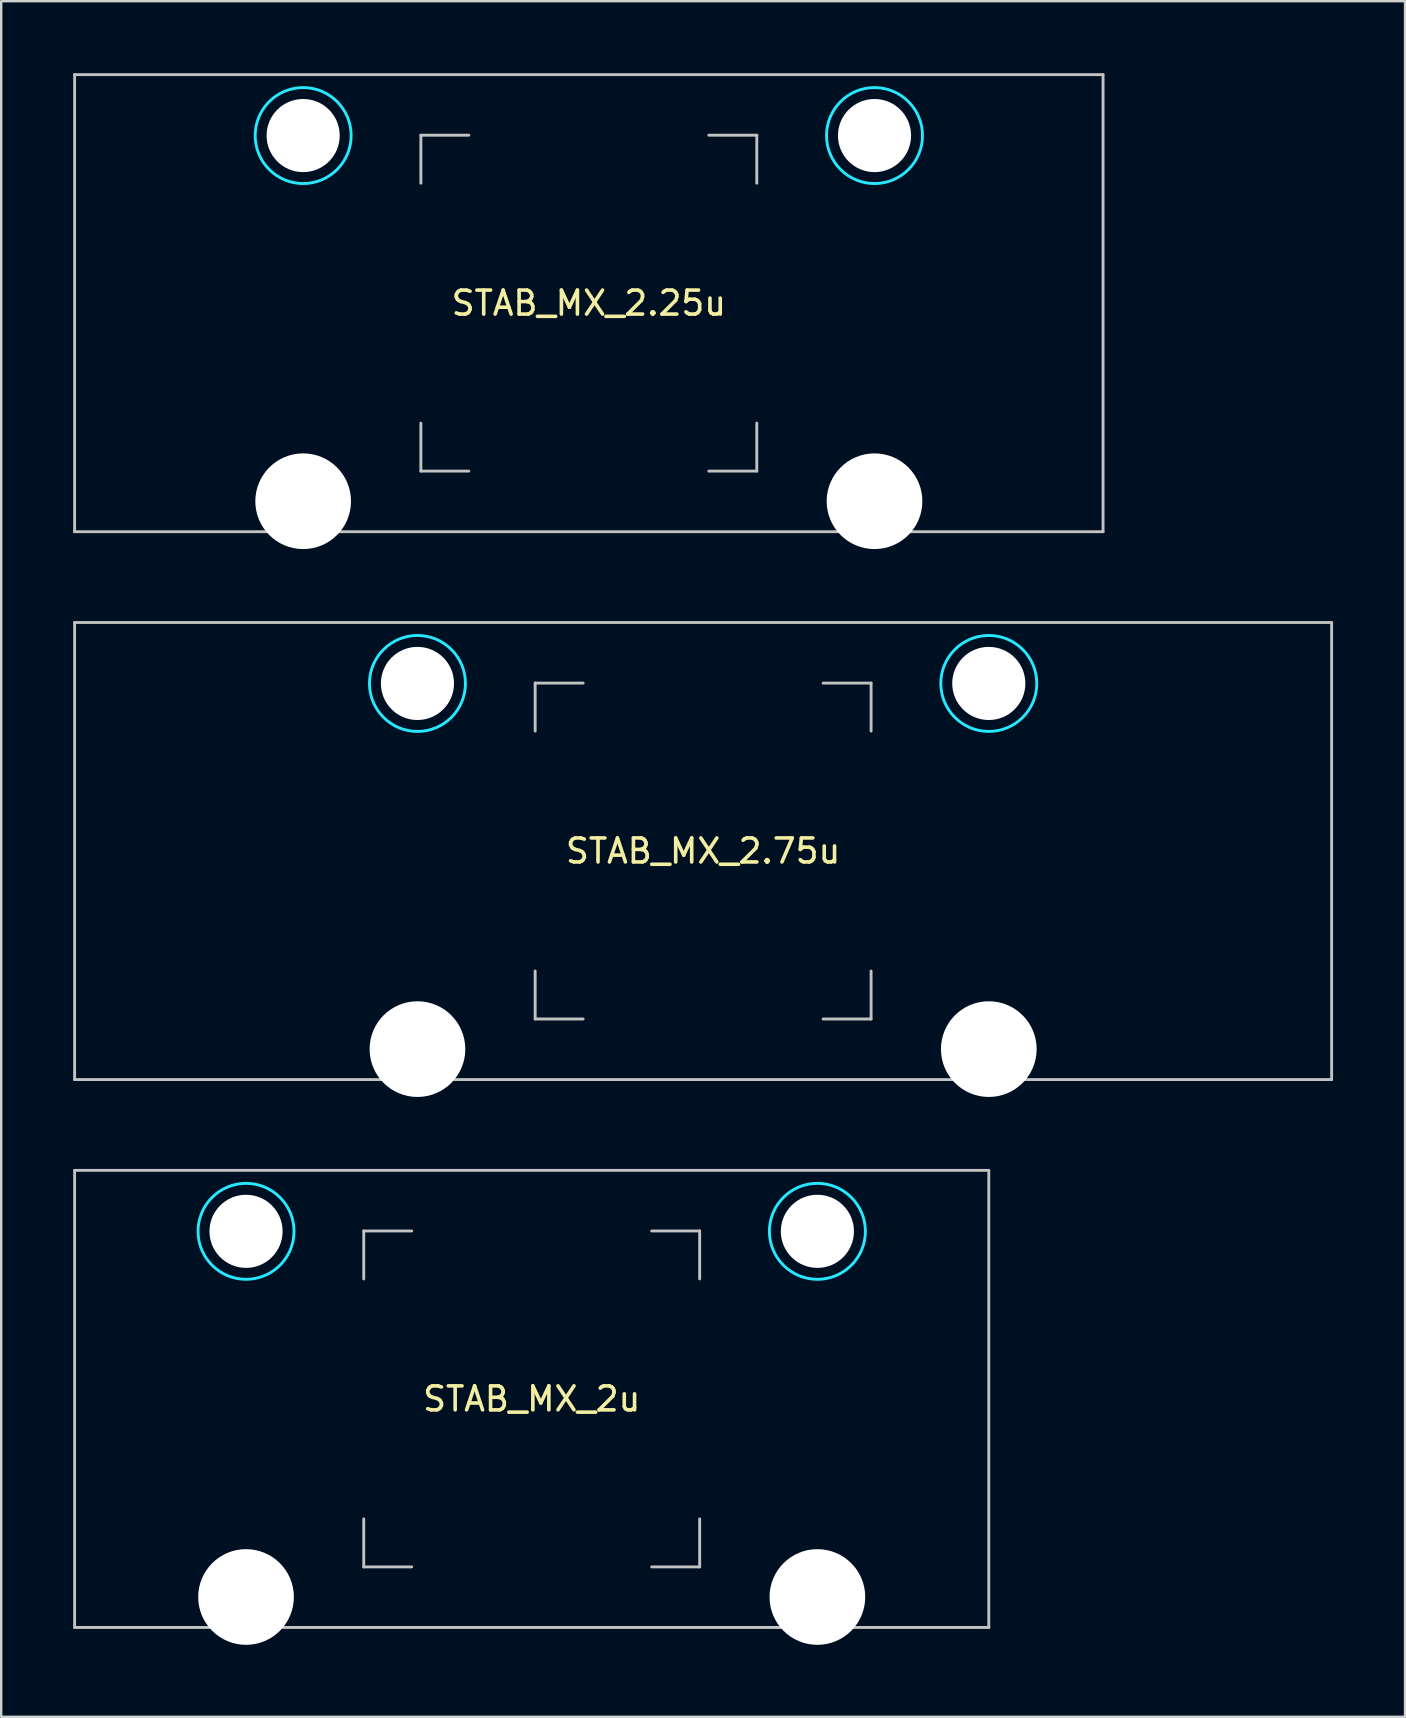
<source format=kicad_pcb>
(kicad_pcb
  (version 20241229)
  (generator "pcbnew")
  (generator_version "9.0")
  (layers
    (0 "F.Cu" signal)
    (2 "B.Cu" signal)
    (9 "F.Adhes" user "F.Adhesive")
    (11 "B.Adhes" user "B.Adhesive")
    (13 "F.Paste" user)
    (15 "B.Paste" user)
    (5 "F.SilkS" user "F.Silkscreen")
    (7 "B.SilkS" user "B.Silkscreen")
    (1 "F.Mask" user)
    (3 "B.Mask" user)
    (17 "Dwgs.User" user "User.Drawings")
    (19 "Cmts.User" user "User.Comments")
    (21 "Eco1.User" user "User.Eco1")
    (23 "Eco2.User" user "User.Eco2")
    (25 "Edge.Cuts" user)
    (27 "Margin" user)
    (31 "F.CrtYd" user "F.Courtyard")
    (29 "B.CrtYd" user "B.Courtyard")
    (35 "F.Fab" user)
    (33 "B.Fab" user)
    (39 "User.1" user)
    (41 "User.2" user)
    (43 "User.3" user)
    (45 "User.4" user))
  (footprint "STAB_MX_2.25u"
    (layer "F.Cu")
    (at 21.491 9.585)
    (property "Reference" "STAB_MX_2.25u" (at 0 0 180) (layer "F.SilkS") (effects (font (size 1 1) (thickness 0.15))))
    (attr through_hole exclude_from_pos_files exclude_from_bom)
    (fp_line (start -21.431 -9.525) (end -21.431 9.525) (stroke (width 0.12) (type solid)) (layer "Dwgs.User"))
    (fp_line (start -21.431 -9.525) (end 21.431 -9.525) (stroke (width 0.12) (type solid)) (layer "Dwgs.User"))
    (fp_line (start -21.431 9.525) (end 21.431 9.525) (stroke (width 0.12) (type solid)) (layer "Dwgs.User"))
    (fp_line (start -7 -7) (end -5 -7) (stroke (width 0.12) (type solid)) (layer "Dwgs.User"))
    (fp_line (start -7 -5) (end -7 -7) (stroke (width 0.12) (type solid)) (layer "Dwgs.User"))
    (fp_line (start -7 7) (end -7 5) (stroke (width 0.12) (type solid)) (layer "Dwgs.User"))
    (fp_line (start -5 7) (end -7 7) (stroke (width 0.12) (type solid)) (layer "Dwgs.User"))
    (fp_line (start 5 -7) (end 7 -7) (stroke (width 0.12) (type solid)) (layer "Dwgs.User"))
    (fp_line (start 5 7) (end 7 7) (stroke (width 0.12) (type solid)) (layer "Dwgs.User"))
    (fp_line (start 7 -7) (end 7 -5) (stroke (width 0.12) (type solid)) (layer "Dwgs.User"))
    (fp_line (start 7 7) (end 7 5) (stroke (width 0.12) (type solid)) (layer "Dwgs.User"))
    (fp_line (start 21.431 -9.525) (end 21.431 9.525) (stroke (width 0.12) (type solid)) (layer "Dwgs.User"))
    (fp_line (start -15.281 -5.5) (end -15.281 7.5) (stroke (width 0.05) (type solid)) (layer "Eco2.User"))
    (fp_line (start -14.781 -6) (end -9.031 -6) (stroke (width 0.05) (type solid)) (layer "Eco2.User"))
    (fp_line (start -14.781 8) (end -9.031 8) (stroke (width 0.05) (type solid)) (layer "Eco2.User"))
    (fp_line (start -8.531 -5.5) (end -8.531 7.5) (stroke (width 0.05) (type solid)) (layer "Eco2.User"))
    (fp_line (start 8.531 -5.5) (end 8.531 7.5) (stroke (width 0.05) (type solid)) (layer "Eco2.User"))
    (fp_line (start 9.031 -6) (end 14.78 -6) (stroke (width 0.05) (type solid)) (layer "Eco2.User"))
    (fp_line (start 9.031 8) (end 14.781 8) (stroke (width 0.05) (type solid)) (layer "Eco2.User"))
    (fp_line (start 15.28 -5.5) (end 15.281 7.5) (stroke (width 0.05) (type solid)) (layer "Eco2.User"))
    (fp_arc (start -15.28125 -5.499999) (mid -15.134803 -5.853552) (end -14.78125 -5.999999) (stroke (width 0.05) (type solid)) (layer "Eco2.User"))
    (fp_arc (start -14.78125 8.000001) (mid -15.134803 7.853554) (end -15.28125 7.500001) (stroke (width 0.05) (type solid)) (layer "Eco2.User"))
    (fp_arc (start -9.03125 -5.999999) (mid -8.677697 -5.853552) (end -8.53125 -5.499999) (stroke (width 0.05) (type solid)) (layer "Eco2.User"))
    (fp_arc (start -8.53125 7.500001) (mid -8.677697 7.853554) (end -9.03125 8.000001) (stroke (width 0.05) (type solid)) (layer "Eco2.User"))
    (fp_arc (start 8.53125 -5.499999) (mid 8.677685 -5.853565) (end 9.03125 -5.999999) (stroke (width 0.05) (type solid)) (layer "Eco2.User"))
    (fp_arc (start 9.03125 8.000001) (mid 8.677729 7.853537) (end 8.53125 7.500001) (stroke (width 0.05) (type solid)) (layer "Eco2.User"))
    (fp_arc (start 14.780039 -5.999999) (mid 15.133567 -5.853539) (end 15.280039 -5.499999) (stroke (width 0.05) (type solid)) (layer "Eco2.User"))
    (fp_arc (start 15.28125 7.500001) (mid 15.134806 7.853571) (end 14.78125 8.000001) (stroke (width 0.05) (type solid)) (layer "Eco2.User"))
    (fp_circle (center -11.906 -6.985) (end -9.906 -6.985) (stroke (width 0.12) (type solid)) (fill no) (layer "B.CrtYd"))
    (fp_circle (center 11.906 -6.985) (end 13.906 -6.985) (stroke (width 0.12) (type solid)) (fill no) (layer "B.CrtYd"))
    (pad "" np_thru_hole circle (at -11.906 -6.985) (size 3.048 3.048) (drill 3.048) (layers "*.Cu" "*.Mask"))
    (pad "" np_thru_hole circle (at -11.906 8.255) (size 3.988 3.988) (drill 3.988) (layers "*.Cu" "*.Mask"))
    (pad "" np_thru_hole circle (at 11.906 -6.985) (size 3.048 3.048) (drill 3.048) (layers "*.Cu" "*.Mask"))
    (pad "" np_thru_hole circle (at 11.906 8.255) (size 3.988 3.988) (drill 3.988) (layers "*.Cu" "*.Mask")))
  (footprint "STAB_MX_2.75u"
    (layer "F.Cu")
    (at 26.254 32.419)
    (property "Reference" "STAB_MX_2.75u" (at 0 0 180) (layer "F.SilkS") (effects (font (size 1 1) (thickness 0.15))))
    (attr through_hole exclude_from_pos_files exclude_from_bom)
    (fp_line (start -26.194 -9.525) (end -26.194 9.525) (stroke (width 0.12) (type solid)) (layer "Dwgs.User"))
    (fp_line (start -26.194 -9.525) (end 26.194 -9.525) (stroke (width 0.12) (type solid)) (layer "Dwgs.User"))
    (fp_line (start -26.194 9.525) (end 26.194 9.525) (stroke (width 0.12) (type solid)) (layer "Dwgs.User"))
    (fp_line (start -7 -7) (end -5 -7) (stroke (width 0.12) (type solid)) (layer "Dwgs.User"))
    (fp_line (start -7 -5) (end -7 -7) (stroke (width 0.12) (type solid)) (layer "Dwgs.User"))
    (fp_line (start -7 7) (end -7 5) (stroke (width 0.12) (type solid)) (layer "Dwgs.User"))
    (fp_line (start -5 7) (end -7 7) (stroke (width 0.12) (type solid)) (layer "Dwgs.User"))
    (fp_line (start 5 -7) (end 7 -7) (stroke (width 0.12) (type solid)) (layer "Dwgs.User"))
    (fp_line (start 5 7) (end 7 7) (stroke (width 0.12) (type solid)) (layer "Dwgs.User"))
    (fp_line (start 7 -7) (end 7 -5) (stroke (width 0.12) (type solid)) (layer "Dwgs.User"))
    (fp_line (start 7 7) (end 7 5) (stroke (width 0.12) (type solid)) (layer "Dwgs.User"))
    (fp_line (start 26.194 -9.525) (end 26.194 9.525) (stroke (width 0.12) (type solid)) (layer "Dwgs.User"))
    (fp_line (start -15.281 -5.5) (end -15.281 7.5) (stroke (width 0.05) (type solid)) (layer "Eco2.User"))
    (fp_line (start -14.781 -6) (end -9.031 -6) (stroke (width 0.05) (type solid)) (layer "Eco2.User"))
    (fp_line (start -14.781 8) (end -9.031 8) (stroke (width 0.05) (type solid)) (layer "Eco2.User"))
    (fp_line (start -8.531 -5.5) (end -8.531 7.5) (stroke (width 0.05) (type solid)) (layer "Eco2.User"))
    (fp_line (start 8.531 -5.5) (end 8.531 7.5) (stroke (width 0.05) (type solid)) (layer "Eco2.User"))
    (fp_line (start 9.031 -6) (end 14.78 -6) (stroke (width 0.05) (type solid)) (layer "Eco2.User"))
    (fp_line (start 9.031 8) (end 14.781 8) (stroke (width 0.05) (type solid)) (layer "Eco2.User"))
    (fp_line (start 15.28 -5.5) (end 15.281 7.5) (stroke (width 0.05) (type solid)) (layer "Eco2.User"))
    (fp_arc (start -15.28125 -5.499999) (mid -15.134803 -5.853552) (end -14.78125 -5.999999) (stroke (width 0.05) (type solid)) (layer "Eco2.User"))
    (fp_arc (start -14.78125 8.000001) (mid -15.134803 7.853554) (end -15.28125 7.500001) (stroke (width 0.05) (type solid)) (layer "Eco2.User"))
    (fp_arc (start -9.03125 -5.999999) (mid -8.677697 -5.853552) (end -8.53125 -5.499999) (stroke (width 0.05) (type solid)) (layer "Eco2.User"))
    (fp_arc (start -8.53125 7.500001) (mid -8.677697 7.853554) (end -9.03125 8.000001) (stroke (width 0.05) (type solid)) (layer "Eco2.User"))
    (fp_arc (start 8.53125 -5.499999) (mid 8.677685 -5.853565) (end 9.03125 -5.999999) (stroke (width 0.05) (type solid)) (layer "Eco2.User"))
    (fp_arc (start 9.03125 8.000001) (mid 8.677729 7.853537) (end 8.53125 7.500001) (stroke (width 0.05) (type solid)) (layer "Eco2.User"))
    (fp_arc (start 14.780039 -5.999999) (mid 15.133567 -5.853539) (end 15.280039 -5.499999) (stroke (width 0.05) (type solid)) (layer "Eco2.User"))
    (fp_arc (start 15.28125 7.500001) (mid 15.134806 7.853571) (end 14.78125 8.000001) (stroke (width 0.05) (type solid)) (layer "Eco2.User"))
    (fp_circle (center -11.906 -6.985) (end -9.906 -6.985) (stroke (width 0.12) (type solid)) (fill no) (layer "B.CrtYd"))
    (fp_circle (center 11.906 -6.985) (end 13.906 -6.985) (stroke (width 0.12) (type solid)) (fill no) (layer "B.CrtYd"))
    (pad "" np_thru_hole circle (at -11.906 -6.985) (size 3.048 3.048) (drill 3.048) (layers "*.Cu" "*.Mask"))
    (pad "" np_thru_hole circle (at -11.906 8.255) (size 3.988 3.988) (drill 3.988) (layers "*.Cu" "*.Mask"))
    (pad "" np_thru_hole circle (at 11.906 -6.985) (size 3.048 3.048) (drill 3.048) (layers "*.Cu" "*.Mask"))
    (pad "" np_thru_hole circle (at 11.906 8.255) (size 3.988 3.988) (drill 3.988) (layers "*.Cu" "*.Mask")))
  (footprint "STAB_MX_2u"
    (layer "F.Cu")
    (at 19.11 55.253)
    (property "Reference" "STAB_MX_2u" (at 0 0 180) (layer "F.SilkS") (effects (font (size 1 1) (thickness 0.15))))
    (attr through_hole exclude_from_pos_files exclude_from_bom)
    (fp_line (start -19.05 -9.525) (end -19.05 9.525) (stroke (width 0.12) (type solid)) (layer "Dwgs.User"))
    (fp_line (start -19.05 -9.525) (end 19.05 -9.525) (stroke (width 0.12) (type solid)) (layer "Dwgs.User"))
    (fp_line (start -19.05 9.525) (end 19.05 9.525) (stroke (width 0.12) (type solid)) (layer "Dwgs.User"))
    (fp_line (start -7 -7) (end -5 -7) (stroke (width 0.12) (type solid)) (layer "Dwgs.User"))
    (fp_line (start -7 -5) (end -7 -7) (stroke (width 0.12) (type solid)) (layer "Dwgs.User"))
    (fp_line (start -7 7) (end -7 5) (stroke (width 0.12) (type solid)) (layer "Dwgs.User"))
    (fp_line (start -5 7) (end -7 7) (stroke (width 0.12) (type solid)) (layer "Dwgs.User"))
    (fp_line (start 5 -7) (end 7 -7) (stroke (width 0.12) (type solid)) (layer "Dwgs.User"))
    (fp_line (start 5 7) (end 7 7) (stroke (width 0.12) (type solid)) (layer "Dwgs.User"))
    (fp_line (start 7 -7) (end 7 -5) (stroke (width 0.12) (type solid)) (layer "Dwgs.User"))
    (fp_line (start 7 7) (end 7 5) (stroke (width 0.12) (type solid)) (layer "Dwgs.User"))
    (fp_line (start 19.05 -9.525) (end 19.05 9.525) (stroke (width 0.12) (type solid)) (layer "Dwgs.User"))
    (fp_line (start -15.281 -5.5) (end -15.281 7.5) (stroke (width 0.05) (type solid)) (layer "Eco2.User"))
    (fp_line (start -14.781 -6) (end -9.031 -6) (stroke (width 0.05) (type solid)) (layer "Eco2.User"))
    (fp_line (start -14.781 8) (end -9.031 8) (stroke (width 0.05) (type solid)) (layer "Eco2.User"))
    (fp_line (start -8.531 -5.5) (end -8.531 7.5) (stroke (width 0.05) (type solid)) (layer "Eco2.User"))
    (fp_line (start 8.531 -5.5) (end 8.531 7.5) (stroke (width 0.05) (type solid)) (layer "Eco2.User"))
    (fp_line (start 9.031 -6) (end 14.78 -6) (stroke (width 0.05) (type solid)) (layer "Eco2.User"))
    (fp_line (start 9.031 8) (end 14.781 8) (stroke (width 0.05) (type solid)) (layer "Eco2.User"))
    (fp_line (start 15.28 -5.5) (end 15.281 7.5) (stroke (width 0.05) (type solid)) (layer "Eco2.User"))
    (fp_arc (start -15.28125 -5.499999) (mid -15.134803 -5.853552) (end -14.78125 -5.999999) (stroke (width 0.05) (type solid)) (layer "Eco2.User"))
    (fp_arc (start -14.78125 8.000001) (mid -15.134803 7.853554) (end -15.28125 7.500001) (stroke (width 0.05) (type solid)) (layer "Eco2.User"))
    (fp_arc (start -9.03125 -5.999999) (mid -8.677697 -5.853552) (end -8.53125 -5.499999) (stroke (width 0.05) (type solid)) (layer "Eco2.User"))
    (fp_arc (start -8.53125 7.500001) (mid -8.677697 7.853554) (end -9.03125 8.000001) (stroke (width 0.05) (type solid)) (layer "Eco2.User"))
    (fp_arc (start 8.53125 -5.499999) (mid 8.677685 -5.853565) (end 9.03125 -5.999999) (stroke (width 0.05) (type solid)) (layer "Eco2.User"))
    (fp_arc (start 9.03125 8.000001) (mid 8.677729 7.853537) (end 8.53125 7.500001) (stroke (width 0.05) (type solid)) (layer "Eco2.User"))
    (fp_arc (start 14.780039 -5.999999) (mid 15.133567 -5.853539) (end 15.280039 -5.499999) (stroke (width 0.05) (type solid)) (layer "Eco2.User"))
    (fp_arc (start 15.28125 7.500001) (mid 15.134806 7.853571) (end 14.78125 8.000001) (stroke (width 0.05) (type solid)) (layer "Eco2.User"))
    (fp_circle (center -11.906 -6.985) (end -9.906 -6.985) (stroke (width 0.12) (type solid)) (fill no) (layer "B.CrtYd"))
    (fp_circle (center 11.906 -6.985) (end 13.906 -6.985) (stroke (width 0.12) (type solid)) (fill no) (layer "B.CrtYd"))
    (pad "" np_thru_hole circle (at -11.906 -6.985) (size 3.048 3.048) (drill 3.048) (layers "*.Cu" "*.Mask"))
    (pad "" np_thru_hole circle (at -11.906 8.255) (size 3.988 3.988) (drill 3.988) (layers "*.Cu" "*.Mask"))
    (pad "" np_thru_hole circle (at 11.906 -6.985) (size 3.048 3.048) (drill 3.048) (layers "*.Cu" "*.Mask"))
    (pad "" np_thru_hole circle (at 11.906 8.255) (size 3.988 3.988) (drill 3.988) (layers "*.Cu" "*.Mask")))
  (gr_rect
    (start -3 -3)
    (end 55.508 68.502)
    (stroke (width 0.1) (type default))
    (fill no)
    (layer "Edge.Cuts")))
</source>
